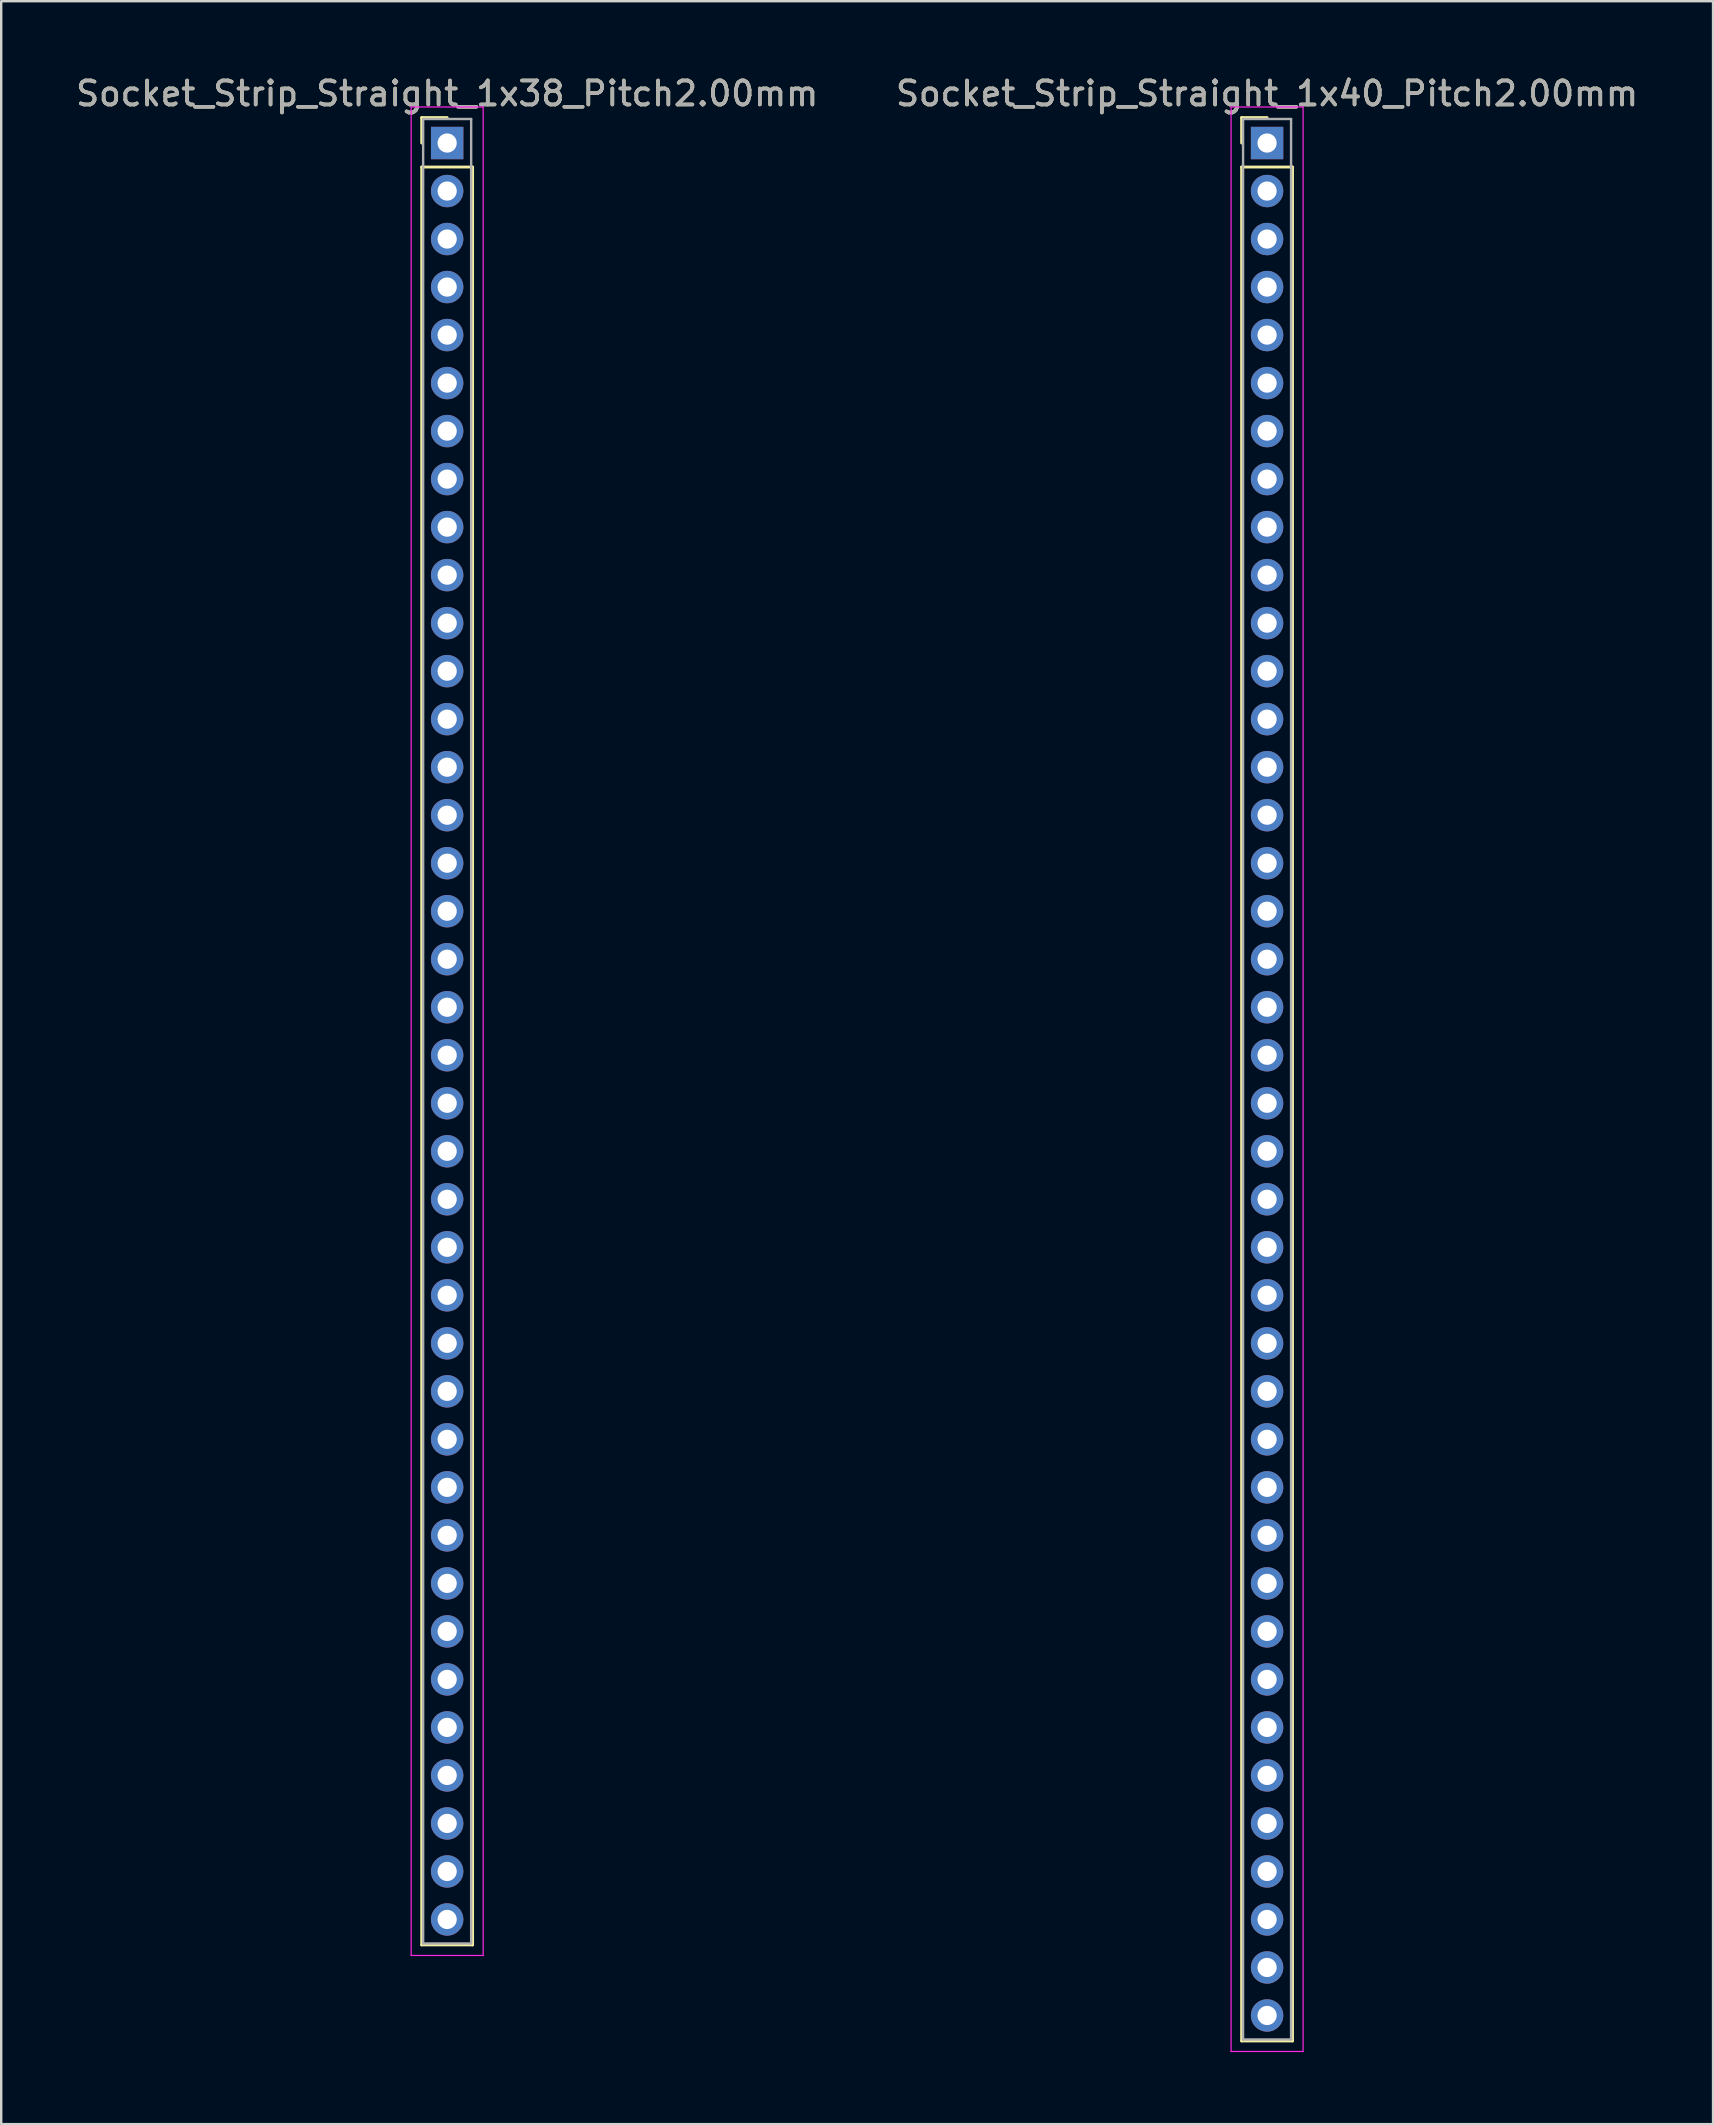
<source format=kicad_pcb>
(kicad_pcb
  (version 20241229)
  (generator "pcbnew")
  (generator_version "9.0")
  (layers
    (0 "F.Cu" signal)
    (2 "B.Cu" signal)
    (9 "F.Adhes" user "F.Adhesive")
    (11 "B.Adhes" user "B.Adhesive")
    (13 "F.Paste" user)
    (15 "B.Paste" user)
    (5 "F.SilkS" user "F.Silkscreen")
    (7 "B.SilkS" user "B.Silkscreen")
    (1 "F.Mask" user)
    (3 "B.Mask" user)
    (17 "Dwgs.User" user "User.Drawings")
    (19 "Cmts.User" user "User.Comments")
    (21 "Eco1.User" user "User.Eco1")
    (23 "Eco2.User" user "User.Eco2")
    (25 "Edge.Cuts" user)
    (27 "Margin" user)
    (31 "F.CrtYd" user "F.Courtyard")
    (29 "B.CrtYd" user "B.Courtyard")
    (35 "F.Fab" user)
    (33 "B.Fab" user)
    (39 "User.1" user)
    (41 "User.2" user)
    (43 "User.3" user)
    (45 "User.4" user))
  (footprint "Socket_Strip_Straight_1x38_Pitch2.00mm"
    (layer "F.Cu")
    (at 15.577 2.908)
    (property "Reference" "Socket_Strip_Straight_1x38_Pitch2.00mm" (at 0 -2.06 0) (layer "F.SilkS") (effects (font (size 1 1) (thickness 0.15))))
    (attr through_hole)
    (fp_line (start -1.06 -1.06) (end 0 -1.06) (stroke (width 0.12) (type solid)) (layer "F.SilkS"))
    (fp_line (start -1.06 0) (end -1.06 -1.06) (stroke (width 0.12) (type solid)) (layer "F.SilkS"))
    (fp_line (start -1.06 1) (end -1.06 75.06) (stroke (width 0.12) (type solid)) (layer "F.SilkS"))
    (fp_line (start -1.06 75.06) (end 1.06 75.06) (stroke (width 0.12) (type solid)) (layer "F.SilkS"))
    (fp_line (start 1.06 1) (end -1.06 1) (stroke (width 0.12) (type solid)) (layer "F.SilkS"))
    (fp_line (start 1.06 75.06) (end 1.06 1) (stroke (width 0.12) (type solid)) (layer "F.SilkS"))
    (fp_line (start -1.5 -1.5) (end -1.5 75.5) (stroke (width 0.05) (type solid)) (layer "F.CrtYd"))
    (fp_line (start -1.5 75.5) (end 1.5 75.5) (stroke (width 0.05) (type solid)) (layer "F.CrtYd"))
    (fp_line (start 1.5 -1.5) (end -1.5 -1.5) (stroke (width 0.05) (type solid)) (layer "F.CrtYd"))
    (fp_line (start 1.5 75.5) (end 1.5 -1.5) (stroke (width 0.05) (type solid)) (layer "F.CrtYd"))
    (fp_line (start -1 -1) (end -1 75) (stroke (width 0.1) (type solid)) (layer "F.Fab"))
    (fp_line (start -1 75) (end 1 75) (stroke (width 0.1) (type solid)) (layer "F.Fab"))
    (fp_line (start 1 -1) (end -1 -1) (stroke (width 0.1) (type solid)) (layer "F.Fab"))
    (fp_line (start 1 75) (end 1 -1) (stroke (width 0.1) (type solid)) (layer "F.Fab"))
    (fp_text user "${REFERENCE}" (at 0 -2.06 0) (layer "F.Fab") (effects (font (size 1 1) (thickness 0.15))))
    (pad "1" thru_hole rect (at 0 0) (size 1.35 1.35) (drill 0.8) (layers "*.Cu" "*.Mask"))
    (pad "2" thru_hole oval (at 0 2) (size 1.35 1.35) (drill 0.8) (layers "*.Cu" "*.Mask"))
    (pad "3" thru_hole oval (at 0 4) (size 1.35 1.35) (drill 0.8) (layers "*.Cu" "*.Mask"))
    (pad "4" thru_hole oval (at 0 6) (size 1.35 1.35) (drill 0.8) (layers "*.Cu" "*.Mask"))
    (pad "5" thru_hole oval (at 0 8) (size 1.35 1.35) (drill 0.8) (layers "*.Cu" "*.Mask"))
    (pad "6" thru_hole oval (at 0 10) (size 1.35 1.35) (drill 0.8) (layers "*.Cu" "*.Mask"))
    (pad "7" thru_hole oval (at 0 12) (size 1.35 1.35) (drill 0.8) (layers "*.Cu" "*.Mask"))
    (pad "8" thru_hole oval (at 0 14) (size 1.35 1.35) (drill 0.8) (layers "*.Cu" "*.Mask"))
    (pad "9" thru_hole oval (at 0 16) (size 1.35 1.35) (drill 0.8) (layers "*.Cu" "*.Mask"))
    (pad "10" thru_hole oval (at 0 18) (size 1.35 1.35) (drill 0.8) (layers "*.Cu" "*.Mask"))
    (pad "11" thru_hole oval (at 0 20) (size 1.35 1.35) (drill 0.8) (layers "*.Cu" "*.Mask"))
    (pad "12" thru_hole oval (at 0 22) (size 1.35 1.35) (drill 0.8) (layers "*.Cu" "*.Mask"))
    (pad "13" thru_hole oval (at 0 24) (size 1.35 1.35) (drill 0.8) (layers "*.Cu" "*.Mask"))
    (pad "14" thru_hole oval (at 0 26) (size 1.35 1.35) (drill 0.8) (layers "*.Cu" "*.Mask"))
    (pad "15" thru_hole oval (at 0 28) (size 1.35 1.35) (drill 0.8) (layers "*.Cu" "*.Mask"))
    (pad "16" thru_hole oval (at 0 30) (size 1.35 1.35) (drill 0.8) (layers "*.Cu" "*.Mask"))
    (pad "17" thru_hole oval (at 0 32) (size 1.35 1.35) (drill 0.8) (layers "*.Cu" "*.Mask"))
    (pad "18" thru_hole oval (at 0 34) (size 1.35 1.35) (drill 0.8) (layers "*.Cu" "*.Mask"))
    (pad "19" thru_hole oval (at 0 36) (size 1.35 1.35) (drill 0.8) (layers "*.Cu" "*.Mask"))
    (pad "20" thru_hole oval (at 0 38) (size 1.35 1.35) (drill 0.8) (layers "*.Cu" "*.Mask"))
    (pad "21" thru_hole oval (at 0 40) (size 1.35 1.35) (drill 0.8) (layers "*.Cu" "*.Mask"))
    (pad "22" thru_hole oval (at 0 42) (size 1.35 1.35) (drill 0.8) (layers "*.Cu" "*.Mask"))
    (pad "23" thru_hole oval (at 0 44) (size 1.35 1.35) (drill 0.8) (layers "*.Cu" "*.Mask"))
    (pad "24" thru_hole oval (at 0 46) (size 1.35 1.35) (drill 0.8) (layers "*.Cu" "*.Mask"))
    (pad "25" thru_hole oval (at 0 48) (size 1.35 1.35) (drill 0.8) (layers "*.Cu" "*.Mask"))
    (pad "26" thru_hole oval (at 0 50) (size 1.35 1.35) (drill 0.8) (layers "*.Cu" "*.Mask"))
    (pad "27" thru_hole oval (at 0 52) (size 1.35 1.35) (drill 0.8) (layers "*.Cu" "*.Mask"))
    (pad "28" thru_hole oval (at 0 54) (size 1.35 1.35) (drill 0.8) (layers "*.Cu" "*.Mask"))
    (pad "29" thru_hole oval (at 0 56) (size 1.35 1.35) (drill 0.8) (layers "*.Cu" "*.Mask"))
    (pad "30" thru_hole oval (at 0 58) (size 1.35 1.35) (drill 0.8) (layers "*.Cu" "*.Mask"))
    (pad "31" thru_hole oval (at 0 60) (size 1.35 1.35) (drill 0.8) (layers "*.Cu" "*.Mask"))
    (pad "32" thru_hole oval (at 0 62) (size 1.35 1.35) (drill 0.8) (layers "*.Cu" "*.Mask"))
    (pad "33" thru_hole oval (at 0 64) (size 1.35 1.35) (drill 0.8) (layers "*.Cu" "*.Mask"))
    (pad "34" thru_hole oval (at 0 66) (size 1.35 1.35) (drill 0.8) (layers "*.Cu" "*.Mask"))
    (pad "35" thru_hole oval (at 0 68) (size 1.35 1.35) (drill 0.8) (layers "*.Cu" "*.Mask"))
    (pad "36" thru_hole oval (at 0 70) (size 1.35 1.35) (drill 0.8) (layers "*.Cu" "*.Mask"))
    (pad "37" thru_hole oval (at 0 72) (size 1.35 1.35) (drill 0.8) (layers "*.Cu" "*.Mask"))
    (pad "38" thru_hole oval (at 0 74) (size 1.35 1.35) (drill 0.8) (layers "*.Cu" "*.Mask")))
  (footprint "Socket_Strip_Straight_1x40_Pitch2.00mm"
    (layer "F.Cu")
    (at 49.732 2.908)
    (property "Reference" "Socket_Strip_Straight_1x40_Pitch2.00mm" (at 0 -2.06 0) (layer "F.SilkS") (effects (font (size 1 1) (thickness 0.15))))
    (attr through_hole)
    (fp_line (start -1.06 -1.06) (end 0 -1.06) (stroke (width 0.12) (type solid)) (layer "F.SilkS"))
    (fp_line (start -1.06 0) (end -1.06 -1.06) (stroke (width 0.12) (type solid)) (layer "F.SilkS"))
    (fp_line (start -1.06 1) (end -1.06 79.06) (stroke (width 0.12) (type solid)) (layer "F.SilkS"))
    (fp_line (start -1.06 79.06) (end 1.06 79.06) (stroke (width 0.12) (type solid)) (layer "F.SilkS"))
    (fp_line (start 1.06 1) (end -1.06 1) (stroke (width 0.12) (type solid)) (layer "F.SilkS"))
    (fp_line (start 1.06 79.06) (end 1.06 1) (stroke (width 0.12) (type solid)) (layer "F.SilkS"))
    (fp_line (start -1.5 -1.5) (end -1.5 79.5) (stroke (width 0.05) (type solid)) (layer "F.CrtYd"))
    (fp_line (start -1.5 79.5) (end 1.5 79.5) (stroke (width 0.05) (type solid)) (layer "F.CrtYd"))
    (fp_line (start 1.5 -1.5) (end -1.5 -1.5) (stroke (width 0.05) (type solid)) (layer "F.CrtYd"))
    (fp_line (start 1.5 79.5) (end 1.5 -1.5) (stroke (width 0.05) (type solid)) (layer "F.CrtYd"))
    (fp_line (start -1 -1) (end -1 79) (stroke (width 0.1) (type solid)) (layer "F.Fab"))
    (fp_line (start -1 79) (end 1 79) (stroke (width 0.1) (type solid)) (layer "F.Fab"))
    (fp_line (start 1 -1) (end -1 -1) (stroke (width 0.1) (type solid)) (layer "F.Fab"))
    (fp_line (start 1 79) (end 1 -1) (stroke (width 0.1) (type solid)) (layer "F.Fab"))
    (fp_text user "${REFERENCE}" (at 0 -2.06 0) (layer "F.Fab") (effects (font (size 1 1) (thickness 0.15))))
    (pad "1" thru_hole rect (at 0 0) (size 1.35 1.35) (drill 0.8) (layers "*.Cu" "*.Mask"))
    (pad "2" thru_hole oval (at 0 2) (size 1.35 1.35) (drill 0.8) (layers "*.Cu" "*.Mask"))
    (pad "3" thru_hole oval (at 0 4) (size 1.35 1.35) (drill 0.8) (layers "*.Cu" "*.Mask"))
    (pad "4" thru_hole oval (at 0 6) (size 1.35 1.35) (drill 0.8) (layers "*.Cu" "*.Mask"))
    (pad "5" thru_hole oval (at 0 8) (size 1.35 1.35) (drill 0.8) (layers "*.Cu" "*.Mask"))
    (pad "6" thru_hole oval (at 0 10) (size 1.35 1.35) (drill 0.8) (layers "*.Cu" "*.Mask"))
    (pad "7" thru_hole oval (at 0 12) (size 1.35 1.35) (drill 0.8) (layers "*.Cu" "*.Mask"))
    (pad "8" thru_hole oval (at 0 14) (size 1.35 1.35) (drill 0.8) (layers "*.Cu" "*.Mask"))
    (pad "9" thru_hole oval (at 0 16) (size 1.35 1.35) (drill 0.8) (layers "*.Cu" "*.Mask"))
    (pad "10" thru_hole oval (at 0 18) (size 1.35 1.35) (drill 0.8) (layers "*.Cu" "*.Mask"))
    (pad "11" thru_hole oval (at 0 20) (size 1.35 1.35) (drill 0.8) (layers "*.Cu" "*.Mask"))
    (pad "12" thru_hole oval (at 0 22) (size 1.35 1.35) (drill 0.8) (layers "*.Cu" "*.Mask"))
    (pad "13" thru_hole oval (at 0 24) (size 1.35 1.35) (drill 0.8) (layers "*.Cu" "*.Mask"))
    (pad "14" thru_hole oval (at 0 26) (size 1.35 1.35) (drill 0.8) (layers "*.Cu" "*.Mask"))
    (pad "15" thru_hole oval (at 0 28) (size 1.35 1.35) (drill 0.8) (layers "*.Cu" "*.Mask"))
    (pad "16" thru_hole oval (at 0 30) (size 1.35 1.35) (drill 0.8) (layers "*.Cu" "*.Mask"))
    (pad "17" thru_hole oval (at 0 32) (size 1.35 1.35) (drill 0.8) (layers "*.Cu" "*.Mask"))
    (pad "18" thru_hole oval (at 0 34) (size 1.35 1.35) (drill 0.8) (layers "*.Cu" "*.Mask"))
    (pad "19" thru_hole oval (at 0 36) (size 1.35 1.35) (drill 0.8) (layers "*.Cu" "*.Mask"))
    (pad "20" thru_hole oval (at 0 38) (size 1.35 1.35) (drill 0.8) (layers "*.Cu" "*.Mask"))
    (pad "21" thru_hole oval (at 0 40) (size 1.35 1.35) (drill 0.8) (layers "*.Cu" "*.Mask"))
    (pad "22" thru_hole oval (at 0 42) (size 1.35 1.35) (drill 0.8) (layers "*.Cu" "*.Mask"))
    (pad "23" thru_hole oval (at 0 44) (size 1.35 1.35) (drill 0.8) (layers "*.Cu" "*.Mask"))
    (pad "24" thru_hole oval (at 0 46) (size 1.35 1.35) (drill 0.8) (layers "*.Cu" "*.Mask"))
    (pad "25" thru_hole oval (at 0 48) (size 1.35 1.35) (drill 0.8) (layers "*.Cu" "*.Mask"))
    (pad "26" thru_hole oval (at 0 50) (size 1.35 1.35) (drill 0.8) (layers "*.Cu" "*.Mask"))
    (pad "27" thru_hole oval (at 0 52) (size 1.35 1.35) (drill 0.8) (layers "*.Cu" "*.Mask"))
    (pad "28" thru_hole oval (at 0 54) (size 1.35 1.35) (drill 0.8) (layers "*.Cu" "*.Mask"))
    (pad "29" thru_hole oval (at 0 56) (size 1.35 1.35) (drill 0.8) (layers "*.Cu" "*.Mask"))
    (pad "30" thru_hole oval (at 0 58) (size 1.35 1.35) (drill 0.8) (layers "*.Cu" "*.Mask"))
    (pad "31" thru_hole oval (at 0 60) (size 1.35 1.35) (drill 0.8) (layers "*.Cu" "*.Mask"))
    (pad "32" thru_hole oval (at 0 62) (size 1.35 1.35) (drill 0.8) (layers "*.Cu" "*.Mask"))
    (pad "33" thru_hole oval (at 0 64) (size 1.35 1.35) (drill 0.8) (layers "*.Cu" "*.Mask"))
    (pad "34" thru_hole oval (at 0 66) (size 1.35 1.35) (drill 0.8) (layers "*.Cu" "*.Mask"))
    (pad "35" thru_hole oval (at 0 68) (size 1.35 1.35) (drill 0.8) (layers "*.Cu" "*.Mask"))
    (pad "36" thru_hole oval (at 0 70) (size 1.35 1.35) (drill 0.8) (layers "*.Cu" "*.Mask"))
    (pad "37" thru_hole oval (at 0 72) (size 1.35 1.35) (drill 0.8) (layers "*.Cu" "*.Mask"))
    (pad "38" thru_hole oval (at 0 74) (size 1.35 1.35) (drill 0.8) (layers "*.Cu" "*.Mask"))
    (pad "39" thru_hole oval (at 0 76) (size 1.35 1.35) (drill 0.8) (layers "*.Cu" "*.Mask"))
    (pad "40" thru_hole oval (at 0 78) (size 1.35 1.35) (drill 0.8) (layers "*.Cu" "*.Mask")))
  (gr_rect
    (start -3 -3)
    (end 68.31 85.433)
    (stroke (width 0.1) (type default))
    (fill no)
    (layer "Edge.Cuts")))
</source>
